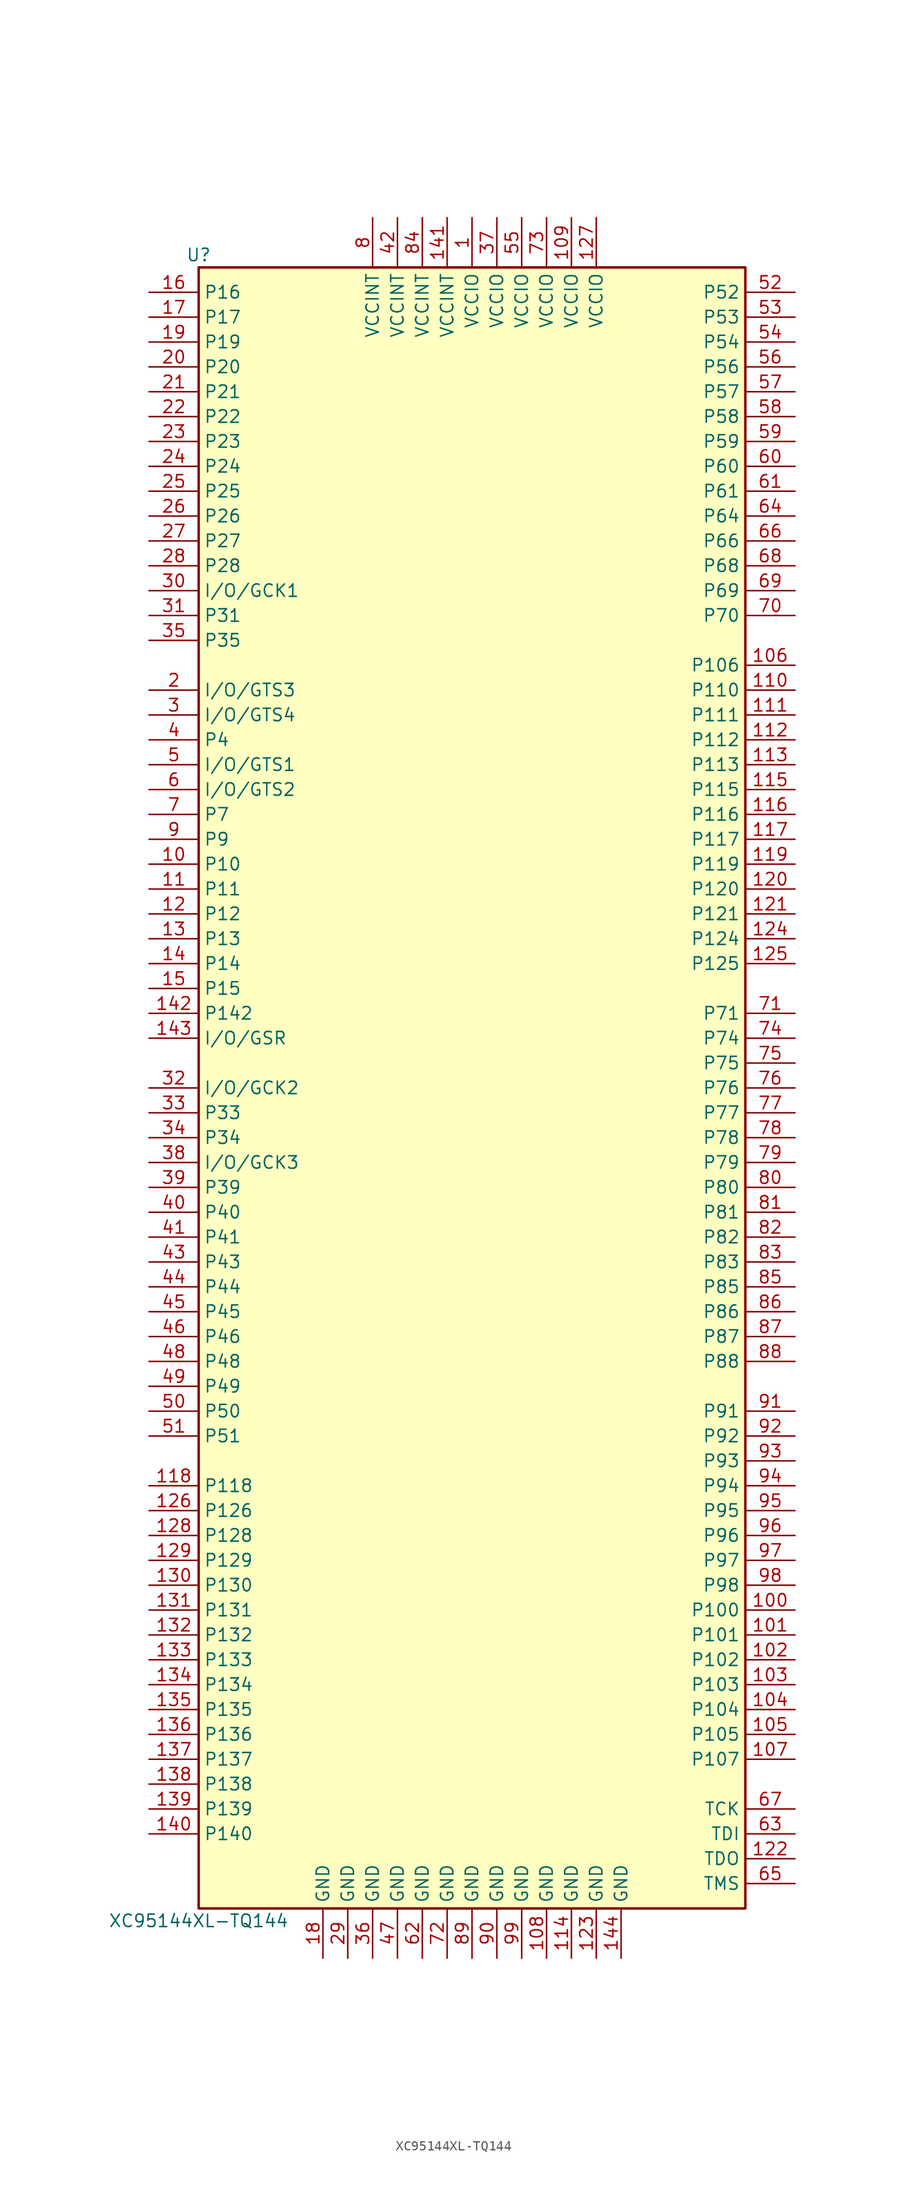
<source format=kicad_sym>
(kicad_symbol_lib
  (version 20220914)
  (generator kicad_symbol_editor)
  (symbol "XC95144XL-TQ144"
    (property "Reference" "U"
      (at -27.94 85.09 0)
      (effects (font (size 1.27 1.27))))
    (property "Value" "XC95144XL-TQ144"
      (at -27.94 -85.09 0)
      (effects (font (size 1.27 1.27))))
    (symbol "XC95144XL-TQ144_1_1"
      (rectangle (start -27.94 83.82) (end 27.94 -83.82) (stroke (width 0.254) (type default)) (fill (type background)))
      (pin power_in line (at 0 88.9 270) (length 5.08) (name "VCCIO" (effects (font (size 1.27 1.27)))) (number "1" (effects (font (size 1.27 1.27)))))
      (pin bidirectional line (at -33.02 22.86 0) (length 5.08) (name "P10" (effects (font (size 1.27 1.27)))) (number "10" (effects (font (size 1.27 1.27)))))
      (pin bidirectional line (at 33.02 -53.34 180) (length 5.08) (name "P100" (effects (font (size 1.27 1.27)))) (number "100" (effects (font (size 1.27 1.27)))))
      (pin bidirectional line (at 33.02 -55.88 180) (length 5.08) (name "P101" (effects (font (size 1.27 1.27)))) (number "101" (effects (font (size 1.27 1.27)))))
      (pin bidirectional line (at 33.02 -58.42 180) (length 5.08) (name "P102" (effects (font (size 1.27 1.27)))) (number "102" (effects (font (size 1.27 1.27)))))
      (pin bidirectional line (at 33.02 -60.96 180) (length 5.08) (name "P103" (effects (font (size 1.27 1.27)))) (number "103" (effects (font (size 1.27 1.27)))))
      (pin bidirectional line (at 33.02 -63.5 180) (length 5.08) (name "P104" (effects (font (size 1.27 1.27)))) (number "104" (effects (font (size 1.27 1.27)))))
      (pin bidirectional line (at 33.02 -66.04 180) (length 5.08) (name "P105" (effects (font (size 1.27 1.27)))) (number "105" (effects (font (size 1.27 1.27)))))
      (pin bidirectional line (at 33.02 43.18 180) (length 5.08) (name "P106" (effects (font (size 1.27 1.27)))) (number "106" (effects (font (size 1.27 1.27)))))
      (pin bidirectional line (at 33.02 -68.58 180) (length 5.08) (name "P107" (effects (font (size 1.27 1.27)))) (number "107" (effects (font (size 1.27 1.27)))))
      (pin power_in line (at 7.62 -88.9 90) (length 5.08) (name "GND" (effects (font (size 1.27 1.27)))) (number "108" (effects (font (size 1.27 1.27)))))
      (pin power_in line (at 10.16 88.9 270) (length 5.08) (name "VCCIO" (effects (font (size 1.27 1.27)))) (number "109" (effects (font (size 1.27 1.27)))))
      (pin bidirectional line (at -33.02 20.32 0) (length 5.08) (name "P11" (effects (font (size 1.27 1.27)))) (number "11" (effects (font (size 1.27 1.27)))))
      (pin bidirectional line (at 33.02 40.64 180) (length 5.08) (name "P110" (effects (font (size 1.27 1.27)))) (number "110" (effects (font (size 1.27 1.27)))))
      (pin bidirectional line (at 33.02 38.1 180) (length 5.08) (name "P111" (effects (font (size 1.27 1.27)))) (number "111" (effects (font (size 1.27 1.27)))))
      (pin bidirectional line (at 33.02 35.56 180) (length 5.08) (name "P112" (effects (font (size 1.27 1.27)))) (number "112" (effects (font (size 1.27 1.27)))))
      (pin bidirectional line (at 33.02 33.02 180) (length 5.08) (name "P113" (effects (font (size 1.27 1.27)))) (number "113" (effects (font (size 1.27 1.27)))))
      (pin power_in line (at 10.16 -88.9 90) (length 5.08) (name "GND" (effects (font (size 1.27 1.27)))) (number "114" (effects (font (size 1.27 1.27)))))
      (pin bidirectional line (at 33.02 30.48 180) (length 5.08) (name "P115" (effects (font (size 1.27 1.27)))) (number "115" (effects (font (size 1.27 1.27)))))
      (pin bidirectional line (at 33.02 27.94 180) (length 5.08) (name "P116" (effects (font (size 1.27 1.27)))) (number "116" (effects (font (size 1.27 1.27)))))
      (pin bidirectional line (at 33.02 25.4 180) (length 5.08) (name "P117" (effects (font (size 1.27 1.27)))) (number "117" (effects (font (size 1.27 1.27)))))
      (pin bidirectional line (at -33.02 -40.64 0) (length 5.08) (name "P118" (effects (font (size 1.27 1.27)))) (number "118" (effects (font (size 1.27 1.27)))))
      (pin bidirectional line (at 33.02 22.86 180) (length 5.08) (name "P119" (effects (font (size 1.27 1.27)))) (number "119" (effects (font (size 1.27 1.27)))))
      (pin bidirectional line (at -33.02 17.78 0) (length 5.08) (name "P12" (effects (font (size 1.27 1.27)))) (number "12" (effects (font (size 1.27 1.27)))))
      (pin bidirectional line (at 33.02 20.32 180) (length 5.08) (name "P120" (effects (font (size 1.27 1.27)))) (number "120" (effects (font (size 1.27 1.27)))))
      (pin bidirectional line (at 33.02 17.78 180) (length 5.08) (name "P121" (effects (font (size 1.27 1.27)))) (number "121" (effects (font (size 1.27 1.27)))))
      (pin bidirectional line (at 33.02 -78.74 180) (length 5.08) (name "TDO" (effects (font (size 1.27 1.27)))) (number "122" (effects (font (size 1.27 1.27)))))
      (pin power_in line (at 12.7 -88.9 90) (length 5.08) (name "GND" (effects (font (size 1.27 1.27)))) (number "123" (effects (font (size 1.27 1.27)))))
      (pin bidirectional line (at 33.02 15.24 180) (length 5.08) (name "P124" (effects (font (size 1.27 1.27)))) (number "124" (effects (font (size 1.27 1.27)))))
      (pin bidirectional line (at 33.02 12.7 180) (length 5.08) (name "P125" (effects (font (size 1.27 1.27)))) (number "125" (effects (font (size 1.27 1.27)))))
      (pin bidirectional line (at -33.02 -43.18 0) (length 5.08) (name "P126" (effects (font (size 1.27 1.27)))) (number "126" (effects (font (size 1.27 1.27)))))
      (pin power_in line (at 12.7 88.9 270) (length 5.08) (name "VCCIO" (effects (font (size 1.27 1.27)))) (number "127" (effects (font (size 1.27 1.27)))))
      (pin bidirectional line (at -33.02 -45.72 0) (length 5.08) (name "P128" (effects (font (size 1.27 1.27)))) (number "128" (effects (font (size 1.27 1.27)))))
      (pin bidirectional line (at -33.02 -48.26 0) (length 5.08) (name "P129" (effects (font (size 1.27 1.27)))) (number "129" (effects (font (size 1.27 1.27)))))
      (pin bidirectional line (at -33.02 15.24 0) (length 5.08) (name "P13" (effects (font (size 1.27 1.27)))) (number "13" (effects (font (size 1.27 1.27)))))
      (pin bidirectional line (at -33.02 -50.8 0) (length 5.08) (name "P130" (effects (font (size 1.27 1.27)))) (number "130" (effects (font (size 1.27 1.27)))))
      (pin bidirectional line (at -33.02 -53.34 0) (length 5.08) (name "P131" (effects (font (size 1.27 1.27)))) (number "131" (effects (font (size 1.27 1.27)))))
      (pin bidirectional line (at -33.02 -55.88 0) (length 5.08) (name "P132" (effects (font (size 1.27 1.27)))) (number "132" (effects (font (size 1.27 1.27)))))
      (pin bidirectional line (at -33.02 -58.42 0) (length 5.08) (name "P133" (effects (font (size 1.27 1.27)))) (number "133" (effects (font (size 1.27 1.27)))))
      (pin bidirectional line (at -33.02 -60.96 0) (length 5.08) (name "P134" (effects (font (size 1.27 1.27)))) (number "134" (effects (font (size 1.27 1.27)))))
      (pin bidirectional line (at -33.02 -63.5 0) (length 5.08) (name "P135" (effects (font (size 1.27 1.27)))) (number "135" (effects (font (size 1.27 1.27)))))
      (pin bidirectional line (at -33.02 -66.04 0) (length 5.08) (name "P136" (effects (font (size 1.27 1.27)))) (number "136" (effects (font (size 1.27 1.27)))))
      (pin bidirectional line (at -33.02 -68.58 0) (length 5.08) (name "P137" (effects (font (size 1.27 1.27)))) (number "137" (effects (font (size 1.27 1.27)))))
      (pin bidirectional line (at -33.02 -71.12 0) (length 5.08) (name "P138" (effects (font (size 1.27 1.27)))) (number "138" (effects (font (size 1.27 1.27)))))
      (pin bidirectional line (at -33.02 -73.66 0) (length 5.08) (name "P139" (effects (font (size 1.27 1.27)))) (number "139" (effects (font (size 1.27 1.27)))))
      (pin bidirectional line (at -33.02 12.7 0) (length 5.08) (name "P14" (effects (font (size 1.27 1.27)))) (number "14" (effects (font (size 1.27 1.27)))))
      (pin bidirectional line (at -33.02 -76.2 0) (length 5.08) (name "P140" (effects (font (size 1.27 1.27)))) (number "140" (effects (font (size 1.27 1.27)))))
      (pin power_in line (at -2.54 88.9 270) (length 5.08) (name "VCCINT" (effects (font (size 1.27 1.27)))) (number "141" (effects (font (size 1.27 1.27)))))
      (pin bidirectional line (at -33.02 7.62 0) (length 5.08) (name "P142" (effects (font (size 1.27 1.27)))) (number "142" (effects (font (size 1.27 1.27)))))
      (pin bidirectional line (at -33.02 5.08 0) (length 5.08) (name "I/O/GSR" (effects (font (size 1.27 1.27)))) (number "143" (effects (font (size 1.27 1.27)))))
      (pin power_in line (at 15.24 -88.9 90) (length 5.08) (name "GND" (effects (font (size 1.27 1.27)))) (number "144" (effects (font (size 1.27 1.27)))))
      (pin bidirectional line (at -33.02 10.16 0) (length 5.08) (name "P15" (effects (font (size 1.27 1.27)))) (number "15" (effects (font (size 1.27 1.27)))))
      (pin bidirectional line (at -33.02 81.28 0) (length 5.08) (name "P16" (effects (font (size 1.27 1.27)))) (number "16" (effects (font (size 1.27 1.27)))))
      (pin bidirectional line (at -33.02 78.74 0) (length 5.08) (name "P17" (effects (font (size 1.27 1.27)))) (number "17" (effects (font (size 1.27 1.27)))))
      (pin power_in line (at -15.24 -88.9 90) (length 5.08) (name "GND" (effects (font (size 1.27 1.27)))) (number "18" (effects (font (size 1.27 1.27)))))
      (pin bidirectional line (at -33.02 76.2 0) (length 5.08) (name "P19" (effects (font (size 1.27 1.27)))) (number "19" (effects (font (size 1.27 1.27)))))
      (pin bidirectional line (at -33.02 40.64 0) (length 5.08) (name "I/O/GTS3" (effects (font (size 1.27 1.27)))) (number "2" (effects (font (size 1.27 1.27)))))
      (pin bidirectional line (at -33.02 73.66 0) (length 5.08) (name "P20" (effects (font (size 1.27 1.27)))) (number "20" (effects (font (size 1.27 1.27)))))
      (pin bidirectional line (at -33.02 71.12 0) (length 5.08) (name "P21" (effects (font (size 1.27 1.27)))) (number "21" (effects (font (size 1.27 1.27)))))
      (pin bidirectional line (at -33.02 68.58 0) (length 5.08) (name "P22" (effects (font (size 1.27 1.27)))) (number "22" (effects (font (size 1.27 1.27)))))
      (pin bidirectional line (at -33.02 66.04 0) (length 5.08) (name "P23" (effects (font (size 1.27 1.27)))) (number "23" (effects (font (size 1.27 1.27)))))
      (pin bidirectional line (at -33.02 63.5 0) (length 5.08) (name "P24" (effects (font (size 1.27 1.27)))) (number "24" (effects (font (size 1.27 1.27)))))
      (pin bidirectional line (at -33.02 60.96 0) (length 5.08) (name "P25" (effects (font (size 1.27 1.27)))) (number "25" (effects (font (size 1.27 1.27)))))
      (pin bidirectional line (at -33.02 58.42 0) (length 5.08) (name "P26" (effects (font (size 1.27 1.27)))) (number "26" (effects (font (size 1.27 1.27)))))
      (pin bidirectional line (at -33.02 55.88 0) (length 5.08) (name "P27" (effects (font (size 1.27 1.27)))) (number "27" (effects (font (size 1.27 1.27)))))
      (pin bidirectional line (at -33.02 53.34 0) (length 5.08) (name "P28" (effects (font (size 1.27 1.27)))) (number "28" (effects (font (size 1.27 1.27)))))
      (pin power_in line (at -12.7 -88.9 90) (length 5.08) (name "GND" (effects (font (size 1.27 1.27)))) (number "29" (effects (font (size 1.27 1.27)))))
      (pin bidirectional line (at -33.02 38.1 0) (length 5.08) (name "I/O/GTS4" (effects (font (size 1.27 1.27)))) (number "3" (effects (font (size 1.27 1.27)))))
      (pin bidirectional line (at -33.02 50.8 0) (length 5.08) (name "I/O/GCK1" (effects (font (size 1.27 1.27)))) (number "30" (effects (font (size 1.27 1.27)))))
      (pin bidirectional line (at -33.02 48.26 0) (length 5.08) (name "P31" (effects (font (size 1.27 1.27)))) (number "31" (effects (font (size 1.27 1.27)))))
      (pin bidirectional line (at -33.02 0 0) (length 5.08) (name "I/O/GCK2" (effects (font (size 1.27 1.27)))) (number "32" (effects (font (size 1.27 1.27)))))
      (pin bidirectional line (at -33.02 -2.54 0) (length 5.08) (name "P33" (effects (font (size 1.27 1.27)))) (number "33" (effects (font (size 1.27 1.27)))))
      (pin bidirectional line (at -33.02 -5.08 0) (length 5.08) (name "P34" (effects (font (size 1.27 1.27)))) (number "34" (effects (font (size 1.27 1.27)))))
      (pin bidirectional line (at -33.02 45.72 0) (length 5.08) (name "P35" (effects (font (size 1.27 1.27)))) (number "35" (effects (font (size 1.27 1.27)))))
      (pin power_in line (at -10.16 -88.9 90) (length 5.08) (name "GND" (effects (font (size 1.27 1.27)))) (number "36" (effects (font (size 1.27 1.27)))))
      (pin power_in line (at 2.54 88.9 270) (length 5.08) (name "VCCIO" (effects (font (size 1.27 1.27)))) (number "37" (effects (font (size 1.27 1.27)))))
      (pin bidirectional line (at -33.02 -7.62 0) (length 5.08) (name "I/O/GCK3" (effects (font (size 1.27 1.27)))) (number "38" (effects (font (size 1.27 1.27)))))
      (pin bidirectional line (at -33.02 -10.16 0) (length 5.08) (name "P39" (effects (font (size 1.27 1.27)))) (number "39" (effects (font (size 1.27 1.27)))))
      (pin bidirectional line (at -33.02 35.56 0) (length 5.08) (name "P4" (effects (font (size 1.27 1.27)))) (number "4" (effects (font (size 1.27 1.27)))))
      (pin bidirectional line (at -33.02 -12.7 0) (length 5.08) (name "P40" (effects (font (size 1.27 1.27)))) (number "40" (effects (font (size 1.27 1.27)))))
      (pin bidirectional line (at -33.02 -15.24 0) (length 5.08) (name "P41" (effects (font (size 1.27 1.27)))) (number "41" (effects (font (size 1.27 1.27)))))
      (pin power_in line (at -7.62 88.9 270) (length 5.08) (name "VCCINT" (effects (font (size 1.27 1.27)))) (number "42" (effects (font (size 1.27 1.27)))))
      (pin bidirectional line (at -33.02 -17.78 0) (length 5.08) (name "P43" (effects (font (size 1.27 1.27)))) (number "43" (effects (font (size 1.27 1.27)))))
      (pin bidirectional line (at -33.02 -20.32 0) (length 5.08) (name "P44" (effects (font (size 1.27 1.27)))) (number "44" (effects (font (size 1.27 1.27)))))
      (pin bidirectional line (at -33.02 -22.86 0) (length 5.08) (name "P45" (effects (font (size 1.27 1.27)))) (number "45" (effects (font (size 1.27 1.27)))))
      (pin bidirectional line (at -33.02 -25.4 0) (length 5.08) (name "P46" (effects (font (size 1.27 1.27)))) (number "46" (effects (font (size 1.27 1.27)))))
      (pin power_in line (at -7.62 -88.9 90) (length 5.08) (name "GND" (effects (font (size 1.27 1.27)))) (number "47" (effects (font (size 1.27 1.27)))))
      (pin bidirectional line (at -33.02 -27.94 0) (length 5.08) (name "P48" (effects (font (size 1.27 1.27)))) (number "48" (effects (font (size 1.27 1.27)))))
      (pin bidirectional line (at -33.02 -30.48 0) (length 5.08) (name "P49" (effects (font (size 1.27 1.27)))) (number "49" (effects (font (size 1.27 1.27)))))
      (pin bidirectional line (at -33.02 33.02 0) (length 5.08) (name "I/O/GTS1" (effects (font (size 1.27 1.27)))) (number "5" (effects (font (size 1.27 1.27)))))
      (pin bidirectional line (at -33.02 -33.02 0) (length 5.08) (name "P50" (effects (font (size 1.27 1.27)))) (number "50" (effects (font (size 1.27 1.27)))))
      (pin bidirectional line (at -33.02 -35.56 0) (length 5.08) (name "P51" (effects (font (size 1.27 1.27)))) (number "51" (effects (font (size 1.27 1.27)))))
      (pin bidirectional line (at 33.02 81.28 180) (length 5.08) (name "P52" (effects (font (size 1.27 1.27)))) (number "52" (effects (font (size 1.27 1.27)))))
      (pin bidirectional line (at 33.02 78.74 180) (length 5.08) (name "P53" (effects (font (size 1.27 1.27)))) (number "53" (effects (font (size 1.27 1.27)))))
      (pin bidirectional line (at 33.02 76.2 180) (length 5.08) (name "P54" (effects (font (size 1.27 1.27)))) (number "54" (effects (font (size 1.27 1.27)))))
      (pin power_in line (at 5.08 88.9 270) (length 5.08) (name "VCCIO" (effects (font (size 1.27 1.27)))) (number "55" (effects (font (size 1.27 1.27)))))
      (pin bidirectional line (at 33.02 73.66 180) (length 5.08) (name "P56" (effects (font (size 1.27 1.27)))) (number "56" (effects (font (size 1.27 1.27)))))
      (pin bidirectional line (at 33.02 71.12 180) (length 5.08) (name "P57" (effects (font (size 1.27 1.27)))) (number "57" (effects (font (size 1.27 1.27)))))
      (pin bidirectional line (at 33.02 68.58 180) (length 5.08) (name "P58" (effects (font (size 1.27 1.27)))) (number "58" (effects (font (size 1.27 1.27)))))
      (pin bidirectional line (at 33.02 66.04 180) (length 5.08) (name "P59" (effects (font (size 1.27 1.27)))) (number "59" (effects (font (size 1.27 1.27)))))
      (pin bidirectional line (at -33.02 30.48 0) (length 5.08) (name "I/O/GTS2" (effects (font (size 1.27 1.27)))) (number "6" (effects (font (size 1.27 1.27)))))
      (pin bidirectional line (at 33.02 63.5 180) (length 5.08) (name "P60" (effects (font (size 1.27 1.27)))) (number "60" (effects (font (size 1.27 1.27)))))
      (pin bidirectional line (at 33.02 60.96 180) (length 5.08) (name "P61" (effects (font (size 1.27 1.27)))) (number "61" (effects (font (size 1.27 1.27)))))
      (pin power_in line (at -5.08 -88.9 90) (length 5.08) (name "GND" (effects (font (size 1.27 1.27)))) (number "62" (effects (font (size 1.27 1.27)))))
      (pin bidirectional line (at 33.02 -76.2 180) (length 5.08) (name "TDI" (effects (font (size 1.27 1.27)))) (number "63" (effects (font (size 1.27 1.27)))))
      (pin bidirectional line (at 33.02 58.42 180) (length 5.08) (name "P64" (effects (font (size 1.27 1.27)))) (number "64" (effects (font (size 1.27 1.27)))))
      (pin bidirectional line (at 33.02 -81.28 180) (length 5.08) (name "TMS" (effects (font (size 1.27 1.27)))) (number "65" (effects (font (size 1.27 1.27)))))
      (pin bidirectional line (at 33.02 55.88 180) (length 5.08) (name "P66" (effects (font (size 1.27 1.27)))) (number "66" (effects (font (size 1.27 1.27)))))
      (pin bidirectional line (at 33.02 -73.66 180) (length 5.08) (name "TCK" (effects (font (size 1.27 1.27)))) (number "67" (effects (font (size 1.27 1.27)))))
      (pin bidirectional line (at 33.02 53.34 180) (length 5.08) (name "P68" (effects (font (size 1.27 1.27)))) (number "68" (effects (font (size 1.27 1.27)))))
      (pin bidirectional line (at 33.02 50.8 180) (length 5.08) (name "P69" (effects (font (size 1.27 1.27)))) (number "69" (effects (font (size 1.27 1.27)))))
      (pin bidirectional line (at -33.02 27.94 0) (length 5.08) (name "P7" (effects (font (size 1.27 1.27)))) (number "7" (effects (font (size 1.27 1.27)))))
      (pin bidirectional line (at 33.02 48.26 180) (length 5.08) (name "P70" (effects (font (size 1.27 1.27)))) (number "70" (effects (font (size 1.27 1.27)))))
      (pin bidirectional line (at 33.02 7.62 180) (length 5.08) (name "P71" (effects (font (size 1.27 1.27)))) (number "71" (effects (font (size 1.27 1.27)))))
      (pin power_in line (at -2.54 -88.9 90) (length 5.08) (name "GND" (effects (font (size 1.27 1.27)))) (number "72" (effects (font (size 1.27 1.27)))))
      (pin power_in line (at 7.62 88.9 270) (length 5.08) (name "VCCIO" (effects (font (size 1.27 1.27)))) (number "73" (effects (font (size 1.27 1.27)))))
      (pin bidirectional line (at 33.02 5.08 180) (length 5.08) (name "P74" (effects (font (size 1.27 1.27)))) (number "74" (effects (font (size 1.27 1.27)))))
      (pin bidirectional line (at 33.02 2.54 180) (length 5.08) (name "P75" (effects (font (size 1.27 1.27)))) (number "75" (effects (font (size 1.27 1.27)))))
      (pin bidirectional line (at 33.02 0 180) (length 5.08) (name "P76" (effects (font (size 1.27 1.27)))) (number "76" (effects (font (size 1.27 1.27)))))
      (pin bidirectional line (at 33.02 -2.54 180) (length 5.08) (name "P77" (effects (font (size 1.27 1.27)))) (number "77" (effects (font (size 1.27 1.27)))))
      (pin bidirectional line (at 33.02 -5.08 180) (length 5.08) (name "P78" (effects (font (size 1.27 1.27)))) (number "78" (effects (font (size 1.27 1.27)))))
      (pin bidirectional line (at 33.02 -7.62 180) (length 5.08) (name "P79" (effects (font (size 1.27 1.27)))) (number "79" (effects (font (size 1.27 1.27)))))
      (pin power_in line (at -10.16 88.9 270) (length 5.08) (name "VCCINT" (effects (font (size 1.27 1.27)))) (number "8" (effects (font (size 1.27 1.27)))))
      (pin bidirectional line (at 33.02 -10.16 180) (length 5.08) (name "P80" (effects (font (size 1.27 1.27)))) (number "80" (effects (font (size 1.27 1.27)))))
      (pin bidirectional line (at 33.02 -12.7 180) (length 5.08) (name "P81" (effects (font (size 1.27 1.27)))) (number "81" (effects (font (size 1.27 1.27)))))
      (pin bidirectional line (at 33.02 -15.24 180) (length 5.08) (name "P82" (effects (font (size 1.27 1.27)))) (number "82" (effects (font (size 1.27 1.27)))))
      (pin bidirectional line (at 33.02 -17.78 180) (length 5.08) (name "P83" (effects (font (size 1.27 1.27)))) (number "83" (effects (font (size 1.27 1.27)))))
      (pin power_in line (at -5.08 88.9 270) (length 5.08) (name "VCCINT" (effects (font (size 1.27 1.27)))) (number "84" (effects (font (size 1.27 1.27)))))
      (pin bidirectional line (at 33.02 -20.32 180) (length 5.08) (name "P85" (effects (font (size 1.27 1.27)))) (number "85" (effects (font (size 1.27 1.27)))))
      (pin bidirectional line (at 33.02 -22.86 180) (length 5.08) (name "P86" (effects (font (size 1.27 1.27)))) (number "86" (effects (font (size 1.27 1.27)))))
      (pin bidirectional line (at 33.02 -25.4 180) (length 5.08) (name "P87" (effects (font (size 1.27 1.27)))) (number "87" (effects (font (size 1.27 1.27)))))
      (pin bidirectional line (at 33.02 -27.94 180) (length 5.08) (name "P88" (effects (font (size 1.27 1.27)))) (number "88" (effects (font (size 1.27 1.27)))))
      (pin power_in line (at 0 -88.9 90) (length 5.08) (name "GND" (effects (font (size 1.27 1.27)))) (number "89" (effects (font (size 1.27 1.27)))))
      (pin bidirectional line (at -33.02 25.4 0) (length 5.08) (name "P9" (effects (font (size 1.27 1.27)))) (number "9" (effects (font (size 1.27 1.27)))))
      (pin power_in line (at 2.54 -88.9 90) (length 5.08) (name "GND" (effects (font (size 1.27 1.27)))) (number "90" (effects (font (size 1.27 1.27)))))
      (pin bidirectional line (at 33.02 -33.02 180) (length 5.08) (name "P91" (effects (font (size 1.27 1.27)))) (number "91" (effects (font (size 1.27 1.27)))))
      (pin bidirectional line (at 33.02 -35.56 180) (length 5.08) (name "P92" (effects (font (size 1.27 1.27)))) (number "92" (effects (font (size 1.27 1.27)))))
      (pin bidirectional line (at 33.02 -38.1 180) (length 5.08) (name "P93" (effects (font (size 1.27 1.27)))) (number "93" (effects (font (size 1.27 1.27)))))
      (pin bidirectional line (at 33.02 -40.64 180) (length 5.08) (name "P94" (effects (font (size 1.27 1.27)))) (number "94" (effects (font (size 1.27 1.27)))))
      (pin bidirectional line (at 33.02 -43.18 180) (length 5.08) (name "P95" (effects (font (size 1.27 1.27)))) (number "95" (effects (font (size 1.27 1.27)))))
      (pin bidirectional line (at 33.02 -45.72 180) (length 5.08) (name "P96" (effects (font (size 1.27 1.27)))) (number "96" (effects (font (size 1.27 1.27)))))
      (pin bidirectional line (at 33.02 -48.26 180) (length 5.08) (name "P97" (effects (font (size 1.27 1.27)))) (number "97" (effects (font (size 1.27 1.27)))))
      (pin bidirectional line (at 33.02 -50.8 180) (length 5.08) (name "P98" (effects (font (size 1.27 1.27)))) (number "98" (effects (font (size 1.27 1.27)))))
      (pin power_in line (at 5.08 -88.9 90) (length 5.08) (name "GND" (effects (font (size 1.27 1.27)))) (number "99" (effects (font (size 1.27 1.27))))))))
</source>
